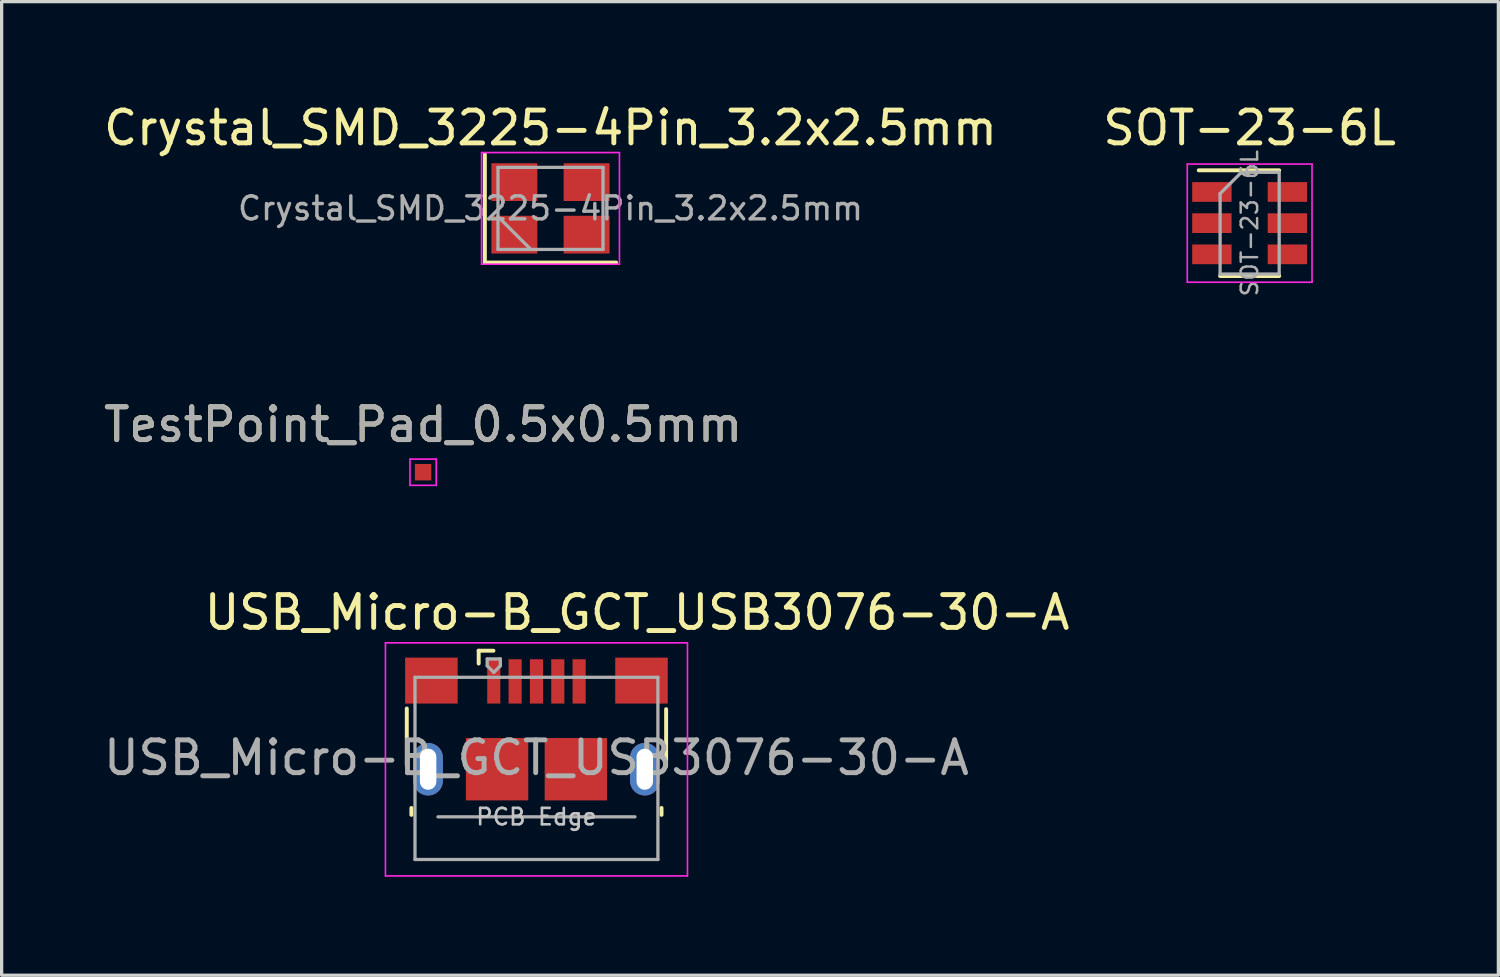
<source format=kicad_pcb>
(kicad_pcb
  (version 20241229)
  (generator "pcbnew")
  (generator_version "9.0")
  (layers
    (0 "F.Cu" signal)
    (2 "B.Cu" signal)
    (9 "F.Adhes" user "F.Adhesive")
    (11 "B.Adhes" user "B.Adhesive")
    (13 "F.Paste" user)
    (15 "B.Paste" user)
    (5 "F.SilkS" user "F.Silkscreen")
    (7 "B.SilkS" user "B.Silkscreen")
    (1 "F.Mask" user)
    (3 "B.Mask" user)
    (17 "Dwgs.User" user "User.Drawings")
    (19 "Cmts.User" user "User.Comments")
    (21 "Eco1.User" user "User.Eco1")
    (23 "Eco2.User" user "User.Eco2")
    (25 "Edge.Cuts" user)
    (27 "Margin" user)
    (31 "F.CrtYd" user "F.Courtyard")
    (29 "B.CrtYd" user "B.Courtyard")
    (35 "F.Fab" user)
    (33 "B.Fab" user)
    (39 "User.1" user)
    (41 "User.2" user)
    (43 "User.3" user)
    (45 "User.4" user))
  (footprint "SOT-23-6L"
    (layer "F.Cu")
    (at 35.018 3.748)
    (property "Reference" "SOT-23-6L" (at 0 -2.9 0) (layer "F.SilkS") (effects (font (size 1 1) (thickness 0.15))))
    (attr smd)
    (fp_line (start -0.9 1.61) (end 0.9 1.61) (stroke (width 0.12) (type solid)) (layer "F.SilkS"))
    (fp_line (start 0.9 -1.61) (end -1.55 -1.61) (stroke (width 0.12) (type solid)) (layer "F.SilkS"))
    (fp_line (start -1.9 -1.8) (end -1.9 1.8) (stroke (width 0.05) (type solid)) (layer "F.CrtYd"))
    (fp_line (start -1.9 1.8) (end 1.9 1.8) (stroke (width 0.05) (type solid)) (layer "F.CrtYd"))
    (fp_line (start 1.9 -1.8) (end -1.9 -1.8) (stroke (width 0.05) (type solid)) (layer "F.CrtYd"))
    (fp_line (start 1.9 1.8) (end 1.9 -1.8) (stroke (width 0.05) (type solid)) (layer "F.CrtYd"))
    (fp_line (start -0.9 -0.9) (end -0.9 1.55) (stroke (width 0.1) (type solid)) (layer "F.Fab"))
    (fp_line (start -0.9 -0.9) (end -0.25 -1.55) (stroke (width 0.1) (type solid)) (layer "F.Fab"))
    (fp_line (start 0.9 -1.55) (end -0.25 -1.55) (stroke (width 0.1) (type solid)) (layer "F.Fab"))
    (fp_line (start 0.9 -1.55) (end 0.9 1.55) (stroke (width 0.1) (type solid)) (layer "F.Fab"))
    (fp_line (start 0.9 1.55) (end -0.9 1.55) (stroke (width 0.1) (type solid)) (layer "F.Fab"))
    (fp_text user "${REFERENCE}" (at 0 0 90) (layer "F.Fab") (effects (font (size 0.5 0.5) (thickness 0.075))))
    (pad "1" smd rect (at -1.15 -0.95) (size 1.2 0.6) (layers "F.Cu" "F.Mask" "F.Paste"))
    (pad "2" smd rect (at -1.15 0) (size 1.2 0.6) (layers "F.Cu" "F.Mask" "F.Paste"))
    (pad "3" smd rect (at -1.15 0.95) (size 1.2 0.6) (layers "F.Cu" "F.Mask" "F.Paste"))
    (pad "4" smd rect (at 1.15 0.95) (size 1.2 0.6) (layers "F.Cu" "F.Mask" "F.Paste"))
    (pad "5" smd rect (at 1.15 0) (size 1.2 0.6) (layers "F.Cu" "F.Mask" "F.Paste"))
    (pad "6" smd rect (at 1.15 -0.95) (size 1.2 0.6) (layers "F.Cu" "F.Mask" "F.Paste")))
  (footprint "USB_Micro-B_GCT_USB3076-30-A"
    (layer "F.Cu")
    (at 13.292 20.383)
    (property "Reference" "USB_Micro-B_GCT_USB3076-30-A" (at 3.065 -4.775 0) (layer "F.SilkS") (effects (font (size 1 1) (thickness 0.15))))
    (attr smd)
    (fp_line (start -3.95 -0.12) (end -3.95 -1.85) (stroke (width 0.12) (type solid)) (layer "F.SilkS"))
    (fp_line (start -3.81 1.39) (end -3.81 1.18) (stroke (width 0.12) (type solid)) (layer "F.SilkS"))
    (fp_line (start -1.76 -3.61) (end -1.76 -3.22) (stroke (width 0.12) (type solid)) (layer "F.SilkS"))
    (fp_line (start -1.76 -3.61) (end -1.31 -3.61) (stroke (width 0.12) (type solid)) (layer "F.SilkS"))
    (fp_line (start 3.81 1.39) (end 3.81 1.18) (stroke (width 0.12) (type solid)) (layer "F.SilkS"))
    (fp_line (start 3.95 -0.1) (end 3.95 -1.83) (stroke (width 0.12) (type solid)) (layer "F.SilkS"))
    (fp_line (start -4.6 -3.85) (end 4.6 -3.85) (stroke (width 0.05) (type solid)) (layer "F.CrtYd"))
    (fp_line (start -4.6 3.25) (end -4.6 -3.85) (stroke (width 0.05) (type solid)) (layer "F.CrtYd"))
    (fp_line (start -4.6 3.25) (end 4.6 3.25) (stroke (width 0.05) (type solid)) (layer "F.CrtYd"))
    (fp_line (start 4.6 -3.85) (end 4.6 3.25) (stroke (width 0.05) (type solid)) (layer "F.CrtYd"))
    (fp_line (start -3.7 -2.8) (end 3.7 -2.8) (stroke (width 0.1) (type solid)) (layer "F.Fab"))
    (fp_line (start -3.7 2.75) (end -3.7 -2.8) (stroke (width 0.1) (type solid)) (layer "F.Fab"))
    (fp_line (start -3.7 2.75) (end 3.7 2.75) (stroke (width 0.1) (type solid)) (layer "F.Fab"))
    (fp_line (start -3 1.45) (end 3 1.45) (stroke (width 0.1) (type solid)) (layer "F.Fab"))
    (fp_line (start -1.5 -3.36) (end -1.5 -3.15) (stroke (width 0.1) (type solid)) (layer "F.Fab"))
    (fp_line (start -1.5 -3.36) (end -1.1 -3.36) (stroke (width 0.1) (type solid)) (layer "F.Fab"))
    (fp_line (start -1.3 -2.95) (end -1.5 -3.15) (stroke (width 0.1) (type solid)) (layer "F.Fab"))
    (fp_line (start -1.1 -3.36) (end -1.1 -3.15) (stroke (width 0.1) (type solid)) (layer "F.Fab"))
    (fp_line (start -1.1 -3.15) (end -1.3 -2.95) (stroke (width 0.1) (type solid)) (layer "F.Fab"))
    (fp_line (start 3.7 2.75) (end 3.7 -2.8) (stroke (width 0.1) (type solid)) (layer "F.Fab"))
    (fp_text user "PCB Edge" (at 0 1.45 0) (layer "Dwgs.User") (effects (font (size 0.5 0.5) (thickness 0.08))))
    (fp_text user "${REFERENCE}" (at 0 -0.35 0) (layer "F.Fab") (effects (font (size 1 1) (thickness 0.15))))
    (pad "1" smd rect (at -1.3 -2.675) (size 0.4 1.35) (layers "F.Cu" "F.Mask" "F.Paste"))
    (pad "2" smd rect (at -0.65 -2.675) (size 0.4 1.35) (layers "F.Cu" "F.Mask" "F.Paste"))
    (pad "3" smd rect (at 0 -2.675) (size 0.4 1.35) (layers "F.Cu" "F.Mask" "F.Paste"))
    (pad "4" smd rect (at 0.65 -2.675) (size 0.4 1.35) (layers "F.Cu" "F.Mask" "F.Paste"))
    (pad "5" smd rect (at 1.3 -2.675) (size 0.4 1.35) (layers "F.Cu" "F.Mask" "F.Paste"))
    (pad "6" thru_hole oval (at -3.3 0 180) (size 0.9 1.6) (drill oval 0.5 1.25) (layers "*.Cu" "*.Mask"))
    (pad "6" smd rect (at -3.2 -2.7) (size 1.6 1.4) (layers "F.Cu" "F.Mask" "F.Paste"))
    (pad "6" smd rect (at -1.2 0) (size 1.9 1.9) (layers "F.Cu" "F.Mask" "F.Paste"))
    (pad "6" smd rect (at 1.2 0) (size 1.9 1.9) (layers "F.Cu" "F.Mask" "F.Paste"))
    (pad "6" smd rect (at 3.2 -2.7) (size 1.6 1.4) (layers "F.Cu" "F.Mask" "F.Paste"))
    (pad "6" thru_hole oval (at 3.3 0) (size 0.9 1.6) (drill oval 0.5 1.25) (layers "*.Cu" "*.Mask")))
  (footprint "Crystal_SMD_3225-4Pin_3.2x2.5mm"
    (layer "F.Cu")
    (at 13.72 3.298)
    (property "Reference" "Crystal_SMD_3225-4Pin_3.2x2.5mm" (at 0 -2.45 0) (layer "F.SilkS") (effects (font (size 1 1) (thickness 0.15))))
    (attr smd)
    (fp_line (start -2 -1.65) (end -2 1.65) (stroke (width 0.12) (type solid)) (layer "F.SilkS"))
    (fp_line (start -2 1.65) (end 2 1.65) (stroke (width 0.12) (type solid)) (layer "F.SilkS"))
    (fp_line (start -2.1 -1.7) (end -2.1 1.7) (stroke (width 0.05) (type solid)) (layer "F.CrtYd"))
    (fp_line (start -2.1 1.7) (end 2.1 1.7) (stroke (width 0.05) (type solid)) (layer "F.CrtYd"))
    (fp_line (start 2.1 -1.7) (end -2.1 -1.7) (stroke (width 0.05) (type solid)) (layer "F.CrtYd"))
    (fp_line (start 2.1 1.7) (end 2.1 -1.7) (stroke (width 0.05) (type solid)) (layer "F.CrtYd"))
    (fp_line (start -1.6 -1.25) (end -1.6 1.25) (stroke (width 0.1) (type solid)) (layer "F.Fab"))
    (fp_line (start -1.6 0.25) (end -0.6 1.25) (stroke (width 0.1) (type solid)) (layer "F.Fab"))
    (fp_line (start -1.6 1.25) (end 1.6 1.25) (stroke (width 0.1) (type solid)) (layer "F.Fab"))
    (fp_line (start 1.6 -1.25) (end -1.6 -1.25) (stroke (width 0.1) (type solid)) (layer "F.Fab"))
    (fp_line (start 1.6 1.25) (end 1.6 -1.25) (stroke (width 0.1) (type solid)) (layer "F.Fab"))
    (fp_text user "${REFERENCE}" (at 0 0 0) (layer "F.Fab") (effects (font (size 0.7 0.7) (thickness 0.105))))
    (pad "1" smd rect (at -1.1 0.8) (size 1.4 1.15) (layers "F.Cu" "F.Mask" "F.Paste"))
    (pad "2" smd rect (at 1.1 0.8) (size 1.4 1.15) (layers "F.Cu" "F.Mask" "F.Paste"))
    (pad "3" smd rect (at 1.1 -0.8) (size 1.4 1.15) (layers "F.Cu" "F.Mask" "F.Paste"))
    (pad "4" smd rect (at -1.1 -0.8) (size 1.4 1.15) (layers "F.Cu" "F.Mask" "F.Paste")))
  (footprint "TestPoint_Pad_0.5x0.5mm"
    (layer "F.Cu")
    (at 9.839 11.335)
    (property "Reference" "TestPoint_Pad_0.5x0.5mm" (at 0 -1.448 0) (layer "F.SilkS") (effects (font (size 1 1) (thickness 0.15))))
    (attr exclude_from_pos_files exclude_from_bom)
    (fp_line (start -0.4 -0.4) (end -0.4 0.4) (stroke (width 0.05) (type solid)) (layer "F.CrtYd"))
    (fp_line (start -0.4 -0.4) (end 0.4 -0.4) (stroke (width 0.05) (type solid)) (layer "F.CrtYd"))
    (fp_line (start 0.4 0.4) (end -0.4 0.4) (stroke (width 0.05) (type solid)) (layer "F.CrtYd"))
    (fp_line (start 0.4 0.4) (end 0.4 -0.4) (stroke (width 0.05) (type solid)) (layer "F.CrtYd"))
    (fp_text user "${REFERENCE}" (at 0 -1.45 0) (layer "F.Fab") (effects (font (size 1 1) (thickness 0.15))))
    (pad "1" smd rect (at 0 0) (size 0.5 0.5) (layers "F.Cu" "F.Mask")))
  (gr_rect
    (start -3 -3)
    (end 42.595 26.658)
    (stroke (width 0.1) (type default))
    (fill no)
    (layer "Edge.Cuts")))
</source>
